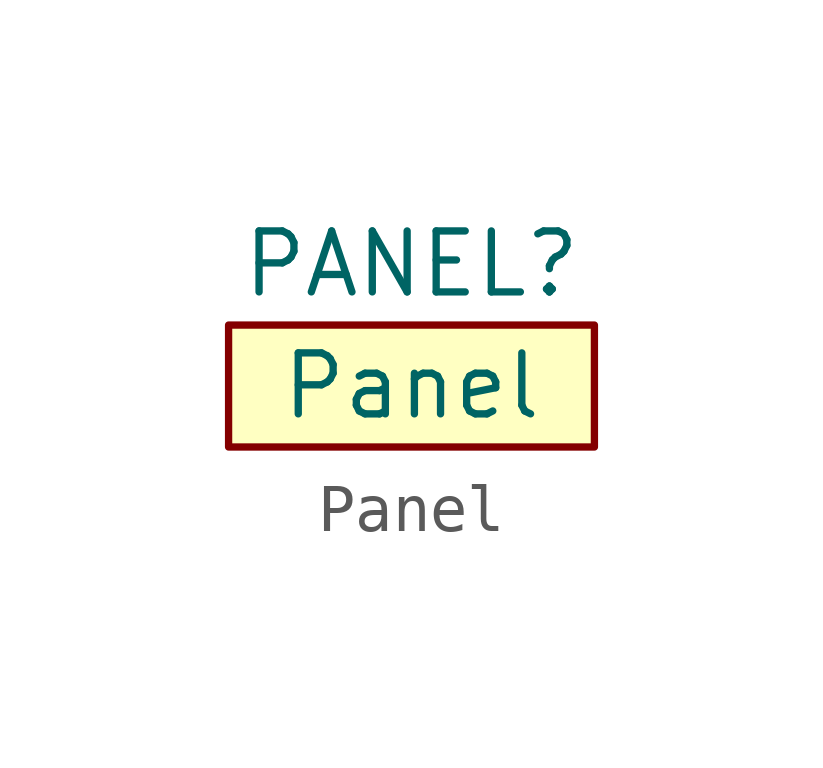
<source format=kicad_sym>
(kicad_symbol_lib
  (version 20211014)
  (generator kicad_symbol_editor)
  (symbol "Panel"
    (property "Reference" "PANEL"
      (at 0 0 0)
      (effects (font (size 1.27 1.27))))
    (property "Value" "Panel"
      (at 0 -2.54 0)
      (effects (font (size 1.27 1.27))))
    (symbol "Panel_0_1"
      (rectangle (start -3.81 -1.27) (end 3.81 -3.81) (stroke (width 0) (type default) (color 0 0 0 0)) (fill (type background))))))
</source>
